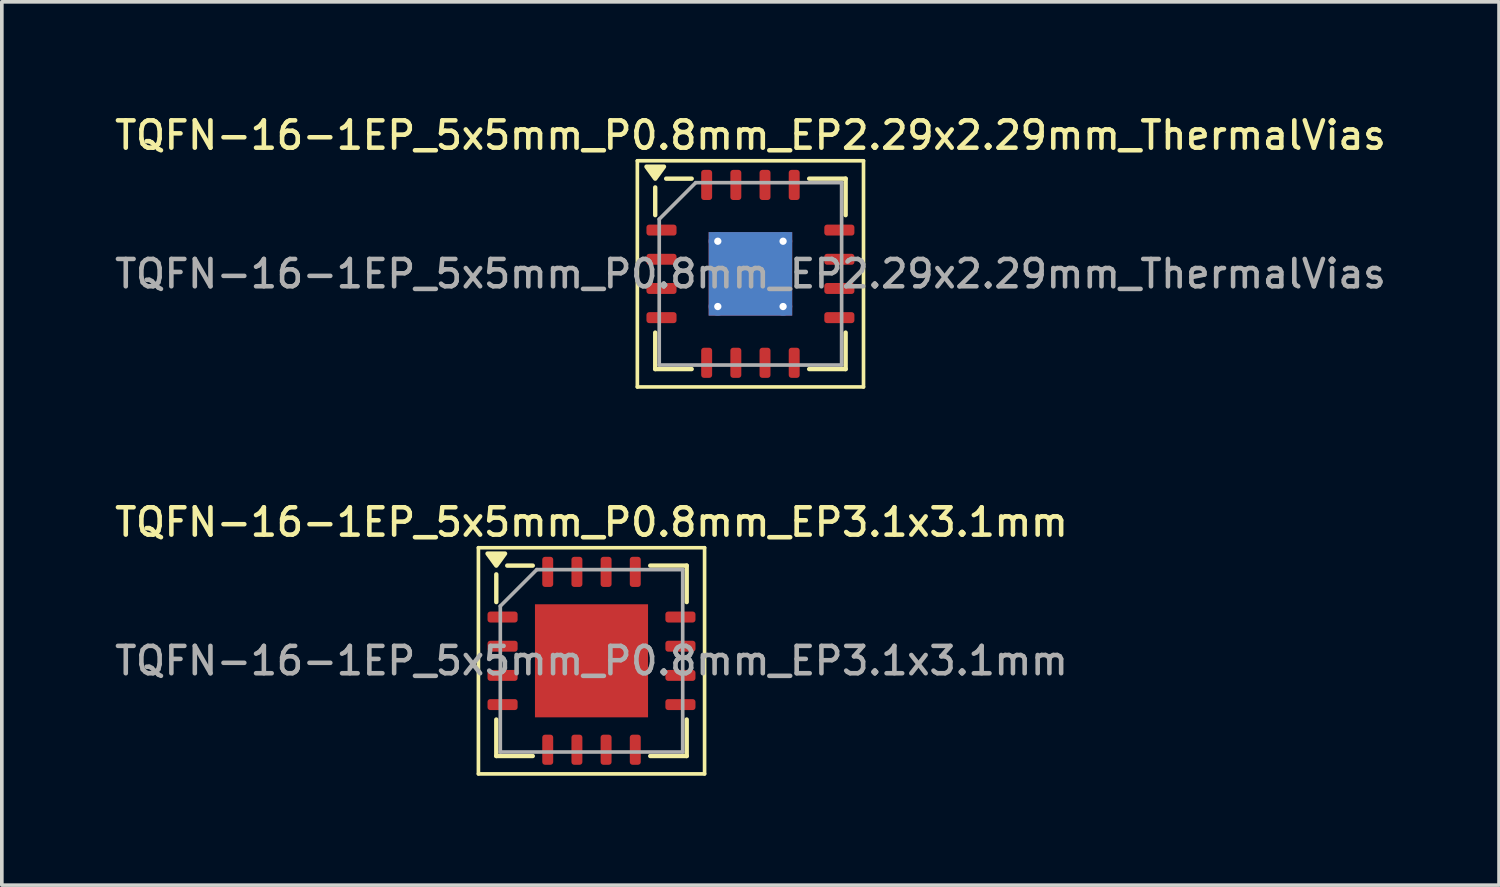
<source format=kicad_pcb>
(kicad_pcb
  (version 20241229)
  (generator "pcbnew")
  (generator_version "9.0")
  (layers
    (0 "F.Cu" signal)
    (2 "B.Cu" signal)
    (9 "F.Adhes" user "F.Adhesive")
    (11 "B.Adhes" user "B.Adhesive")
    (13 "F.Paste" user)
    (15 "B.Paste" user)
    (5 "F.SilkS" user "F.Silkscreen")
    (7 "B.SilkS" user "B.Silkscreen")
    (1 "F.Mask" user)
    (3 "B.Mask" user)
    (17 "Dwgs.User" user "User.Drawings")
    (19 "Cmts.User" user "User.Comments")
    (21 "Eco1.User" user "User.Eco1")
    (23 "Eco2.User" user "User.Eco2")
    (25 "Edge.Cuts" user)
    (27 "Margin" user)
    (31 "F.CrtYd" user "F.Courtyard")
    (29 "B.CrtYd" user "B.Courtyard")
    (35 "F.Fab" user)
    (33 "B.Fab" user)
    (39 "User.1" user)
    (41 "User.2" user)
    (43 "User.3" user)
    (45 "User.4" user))
  (footprint "TQFN-16-1EP_5x5mm_P0.8mm_EP2.29x2.29mm_ThermalVias"
    (layer "F.Cu")
    (at 17.523 4.458)
    (property "Reference" "TQFN-16-1EP_5x5mm_P0.8mm_EP2.29x2.29mm_ThermalVias" (at 0 -3.8 0) (layer "F.SilkS") (effects (font (size 0.75 0.75) (thickness 0.125))))
    (attr smd)
    (fp_line (start -3.1 -3.1) (end -3.1 3.1) (stroke (width 0.1) (type solid)) (layer "F.SilkS"))
    (fp_line (start -3.1 3.1) (end 3.1 3.1) (stroke (width 0.1) (type solid)) (layer "F.SilkS"))
    (fp_line (start -2.61 -1.61) (end -2.61 -2.37) (stroke (width 0.12) (type solid)) (layer "F.SilkS"))
    (fp_line (start -2.61 2.61) (end -2.61 1.61) (stroke (width 0.12) (type solid)) (layer "F.SilkS"))
    (fp_line (start -1.61 -2.61) (end -2.31 -2.61) (stroke (width 0.12) (type solid)) (layer "F.SilkS"))
    (fp_line (start -1.61 2.61) (end -2.61 2.61) (stroke (width 0.12) (type solid)) (layer "F.SilkS"))
    (fp_line (start 1.61 -2.61) (end 2.61 -2.61) (stroke (width 0.12) (type solid)) (layer "F.SilkS"))
    (fp_line (start 1.61 2.61) (end 2.61 2.61) (stroke (width 0.12) (type solid)) (layer "F.SilkS"))
    (fp_line (start 2.61 -2.61) (end 2.61 -1.61) (stroke (width 0.12) (type solid)) (layer "F.SilkS"))
    (fp_line (start 2.61 2.61) (end 2.61 1.61) (stroke (width 0.12) (type solid)) (layer "F.SilkS"))
    (fp_line (start 3.1 -3.1) (end -3.1 -3.1) (stroke (width 0.1) (type solid)) (layer "F.SilkS"))
    (fp_line (start 3.1 3.1) (end 3.1 -3.1) (stroke (width 0.1) (type solid)) (layer "F.SilkS"))
    (fp_poly (pts (xy -2.61 -2.61) (xy -2.85 -2.94) (xy -2.37 -2.94) (xy -2.61 -2.61)) (stroke (width 0.12) (type solid)) (fill yes) (layer "F.SilkS"))
    (fp_line (start -2.5 -1.5) (end -1.5 -2.5) (stroke (width 0.1) (type solid)) (layer "F.Fab"))
    (fp_line (start -2.5 2.5) (end -2.5 -1.5) (stroke (width 0.1) (type solid)) (layer "F.Fab"))
    (fp_line (start -1.5 -2.5) (end 2.5 -2.5) (stroke (width 0.1) (type solid)) (layer "F.Fab"))
    (fp_line (start 2.5 -2.5) (end 2.5 2.5) (stroke (width 0.1) (type solid)) (layer "F.Fab"))
    (fp_line (start 2.5 2.5) (end -2.5 2.5) (stroke (width 0.1) (type solid)) (layer "F.Fab"))
    (fp_text user "${REFERENCE}" (at 0 0 0) (layer "F.Fab") (effects (font (size 0.75 0.75) (thickness 0.125))))
    (pad "" smd roundrect (at -0.57 -0.57) (size 0.99 0.99) (layers "F.Paste") (roundrect_rratio 0.25))
    (pad "" smd roundrect (at -0.57 0.57) (size 0.99 0.99) (layers "F.Paste") (roundrect_rratio 0.25))
    (pad "" smd roundrect (at 0.57 -0.57) (size 0.99 0.99) (layers "F.Paste") (roundrect_rratio 0.25))
    (pad "" smd roundrect (at 0.57 0.57) (size 0.99 0.99) (layers "F.Paste") (roundrect_rratio 0.25))
    (pad "1" smd roundrect (at -2.438 -1.2) (size 0.825 0.3) (layers "F.Cu" "F.Mask" "F.Paste") (roundrect_rratio 0.25))
    (pad "2" smd roundrect (at -2.438 -0.4) (size 0.825 0.3) (layers "F.Cu" "F.Mask" "F.Paste") (roundrect_rratio 0.25))
    (pad "3" smd roundrect (at -2.438 0.4) (size 0.825 0.3) (layers "F.Cu" "F.Mask" "F.Paste") (roundrect_rratio 0.25))
    (pad "4" smd roundrect (at -2.438 1.2) (size 0.825 0.3) (layers "F.Cu" "F.Mask" "F.Paste") (roundrect_rratio 0.25))
    (pad "5" smd roundrect (at -1.2 2.438) (size 0.3 0.825) (layers "F.Cu" "F.Mask" "F.Paste") (roundrect_rratio 0.25))
    (pad "6" smd roundrect (at -0.4 2.438) (size 0.3 0.825) (layers "F.Cu" "F.Mask" "F.Paste") (roundrect_rratio 0.25))
    (pad "7" smd roundrect (at 0.4 2.438) (size 0.3 0.825) (layers "F.Cu" "F.Mask" "F.Paste") (roundrect_rratio 0.25))
    (pad "8" smd roundrect (at 1.2 2.438) (size 0.3 0.825) (layers "F.Cu" "F.Mask" "F.Paste") (roundrect_rratio 0.25))
    (pad "9" smd roundrect (at 2.438 1.2) (size 0.825 0.3) (layers "F.Cu" "F.Mask" "F.Paste") (roundrect_rratio 0.25))
    (pad "10" smd roundrect (at 2.438 0.4) (size 0.825 0.3) (layers "F.Cu" "F.Mask" "F.Paste") (roundrect_rratio 0.25))
    (pad "11" smd roundrect (at 2.438 -0.4) (size 0.825 0.3) (layers "F.Cu" "F.Mask" "F.Paste") (roundrect_rratio 0.25))
    (pad "12" smd roundrect (at 2.438 -1.2) (size 0.825 0.3) (layers "F.Cu" "F.Mask" "F.Paste") (roundrect_rratio 0.25))
    (pad "13" smd roundrect (at 1.2 -2.438) (size 0.3 0.825) (layers "F.Cu" "F.Mask" "F.Paste") (roundrect_rratio 0.25))
    (pad "14" smd roundrect (at 0.4 -2.438) (size 0.3 0.825) (layers "F.Cu" "F.Mask" "F.Paste") (roundrect_rratio 0.25))
    (pad "15" smd roundrect (at -0.4 -2.438) (size 0.3 0.825) (layers "F.Cu" "F.Mask" "F.Paste") (roundrect_rratio 0.25))
    (pad "16" smd roundrect (at -1.2 -2.438) (size 0.3 0.825) (layers "F.Cu" "F.Mask" "F.Paste") (roundrect_rratio 0.25))
    (pad "17" thru_hole circle (at -0.895 -0.895) (size 0.5 0.5) (drill 0.2) (property pad_prop_heatsink) (layers "*.Cu"))
    (pad "17" thru_hole circle (at -0.895 0.895) (size 0.5 0.5) (drill 0.2) (property pad_prop_heatsink) (layers "*.Cu"))
    (pad "17" smd rect (at 0 0) (size 2.29 2.29) (property pad_prop_heatsink) (layers "F.Cu" "F.Mask"))
    (pad "17" smd rect (at 0 0) (size 2.29 2.29) (property pad_prop_heatsink) (layers "B.Cu"))
    (pad "17" thru_hole circle (at 0.895 -0.895) (size 0.5 0.5) (drill 0.2) (property pad_prop_heatsink) (layers "*.Cu"))
    (pad "17" thru_hole circle (at 0.895 0.895) (size 0.5 0.5) (drill 0.2) (property pad_prop_heatsink) (layers "*.Cu")))
  (footprint "TQFN-16-1EP_5x5mm_P0.8mm_EP3.1x3.1mm"
    (layer "F.Cu")
    (at 13.166 15.066)
    (property "Reference" "TQFN-16-1EP_5x5mm_P0.8mm_EP3.1x3.1mm" (at 0 -3.8 0) (layer "F.SilkS") (effects (font (size 0.75 0.75) (thickness 0.125))))
    (attr smd)
    (fp_line (start -3.1 -3.1) (end -3.1 3.1) (stroke (width 0.1) (type solid)) (layer "F.SilkS"))
    (fp_line (start -3.1 3.1) (end 3.1 3.1) (stroke (width 0.1) (type solid)) (layer "F.SilkS"))
    (fp_line (start -2.61 -1.61) (end -2.61 -2.37) (stroke (width 0.12) (type solid)) (layer "F.SilkS"))
    (fp_line (start -2.61 2.61) (end -2.61 1.61) (stroke (width 0.12) (type solid)) (layer "F.SilkS"))
    (fp_line (start -1.61 -2.61) (end -2.31 -2.61) (stroke (width 0.12) (type solid)) (layer "F.SilkS"))
    (fp_line (start -1.61 2.61) (end -2.61 2.61) (stroke (width 0.12) (type solid)) (layer "F.SilkS"))
    (fp_line (start 1.61 -2.61) (end 2.61 -2.61) (stroke (width 0.12) (type solid)) (layer "F.SilkS"))
    (fp_line (start 1.61 2.61) (end 2.61 2.61) (stroke (width 0.12) (type solid)) (layer "F.SilkS"))
    (fp_line (start 2.61 -2.61) (end 2.61 -1.61) (stroke (width 0.12) (type solid)) (layer "F.SilkS"))
    (fp_line (start 2.61 2.61) (end 2.61 1.61) (stroke (width 0.12) (type solid)) (layer "F.SilkS"))
    (fp_line (start 3.1 -3.1) (end -3.1 -3.1) (stroke (width 0.1) (type solid)) (layer "F.SilkS"))
    (fp_line (start 3.1 3.1) (end 3.1 -3.1) (stroke (width 0.1) (type solid)) (layer "F.SilkS"))
    (fp_poly (pts (xy -2.61 -2.61) (xy -2.85 -2.94) (xy -2.37 -2.94) (xy -2.61 -2.61)) (stroke (width 0.12) (type solid)) (fill yes) (layer "F.SilkS"))
    (fp_line (start -2.5 -1.5) (end -1.5 -2.5) (stroke (width 0.1) (type solid)) (layer "F.Fab"))
    (fp_line (start -2.5 2.5) (end -2.5 -1.5) (stroke (width 0.1) (type solid)) (layer "F.Fab"))
    (fp_line (start -1.5 -2.5) (end 2.5 -2.5) (stroke (width 0.1) (type solid)) (layer "F.Fab"))
    (fp_line (start 2.5 -2.5) (end 2.5 2.5) (stroke (width 0.1) (type solid)) (layer "F.Fab"))
    (fp_line (start 2.5 2.5) (end -2.5 2.5) (stroke (width 0.1) (type solid)) (layer "F.Fab"))
    (fp_text user "${REFERENCE}" (at 0 0 0) (layer "F.Fab") (effects (font (size 0.75 0.75) (thickness 0.125))))
    (pad "" smd roundrect (at -0.775 -0.775) (size 1.25 1.25) (layers "F.Paste") (roundrect_rratio 0.2))
    (pad "" smd roundrect (at -0.775 0.775) (size 1.25 1.25) (layers "F.Paste") (roundrect_rratio 0.2))
    (pad "" smd roundrect (at 0.775 -0.775) (size 1.25 1.25) (layers "F.Paste") (roundrect_rratio 0.2))
    (pad "" smd roundrect (at 0.775 0.775) (size 1.25 1.25) (layers "F.Paste") (roundrect_rratio 0.2))
    (pad "1" smd roundrect (at -2.438 -1.2) (size 0.825 0.3) (layers "F.Cu" "F.Mask" "F.Paste") (roundrect_rratio 0.25))
    (pad "2" smd roundrect (at -2.438 -0.4) (size 0.825 0.3) (layers "F.Cu" "F.Mask" "F.Paste") (roundrect_rratio 0.25))
    (pad "3" smd roundrect (at -2.438 0.4) (size 0.825 0.3) (layers "F.Cu" "F.Mask" "F.Paste") (roundrect_rratio 0.25))
    (pad "4" smd roundrect (at -2.438 1.2) (size 0.825 0.3) (layers "F.Cu" "F.Mask" "F.Paste") (roundrect_rratio 0.25))
    (pad "5" smd roundrect (at -1.2 2.438) (size 0.3 0.825) (layers "F.Cu" "F.Mask" "F.Paste") (roundrect_rratio 0.25))
    (pad "6" smd roundrect (at -0.4 2.438) (size 0.3 0.825) (layers "F.Cu" "F.Mask" "F.Paste") (roundrect_rratio 0.25))
    (pad "7" smd roundrect (at 0.4 2.438) (size 0.3 0.825) (layers "F.Cu" "F.Mask" "F.Paste") (roundrect_rratio 0.25))
    (pad "8" smd roundrect (at 1.2 2.438) (size 0.3 0.825) (layers "F.Cu" "F.Mask" "F.Paste") (roundrect_rratio 0.25))
    (pad "9" smd roundrect (at 2.438 1.2) (size 0.825 0.3) (layers "F.Cu" "F.Mask" "F.Paste") (roundrect_rratio 0.25))
    (pad "10" smd roundrect (at 2.438 0.4) (size 0.825 0.3) (layers "F.Cu" "F.Mask" "F.Paste") (roundrect_rratio 0.25))
    (pad "11" smd roundrect (at 2.438 -0.4) (size 0.825 0.3) (layers "F.Cu" "F.Mask" "F.Paste") (roundrect_rratio 0.25))
    (pad "12" smd roundrect (at 2.438 -1.2) (size 0.825 0.3) (layers "F.Cu" "F.Mask" "F.Paste") (roundrect_rratio 0.25))
    (pad "13" smd roundrect (at 1.2 -2.438) (size 0.3 0.825) (layers "F.Cu" "F.Mask" "F.Paste") (roundrect_rratio 0.25))
    (pad "14" smd roundrect (at 0.4 -2.438) (size 0.3 0.825) (layers "F.Cu" "F.Mask" "F.Paste") (roundrect_rratio 0.25))
    (pad "15" smd roundrect (at -0.4 -2.438) (size 0.3 0.825) (layers "F.Cu" "F.Mask" "F.Paste") (roundrect_rratio 0.25))
    (pad "16" smd roundrect (at -1.2 -2.438) (size 0.3 0.825) (layers "F.Cu" "F.Mask" "F.Paste") (roundrect_rratio 0.25))
    (pad "17" smd rect (at 0 0) (size 3.1 3.1) (property pad_prop_heatsink) (layers "F.Cu" "F.Mask")))
  (gr_rect
    (start -3 -3)
    (end 38.046 21.216)
    (stroke (width 0.1) (type default))
    (fill no)
    (layer "Edge.Cuts")))
</source>
